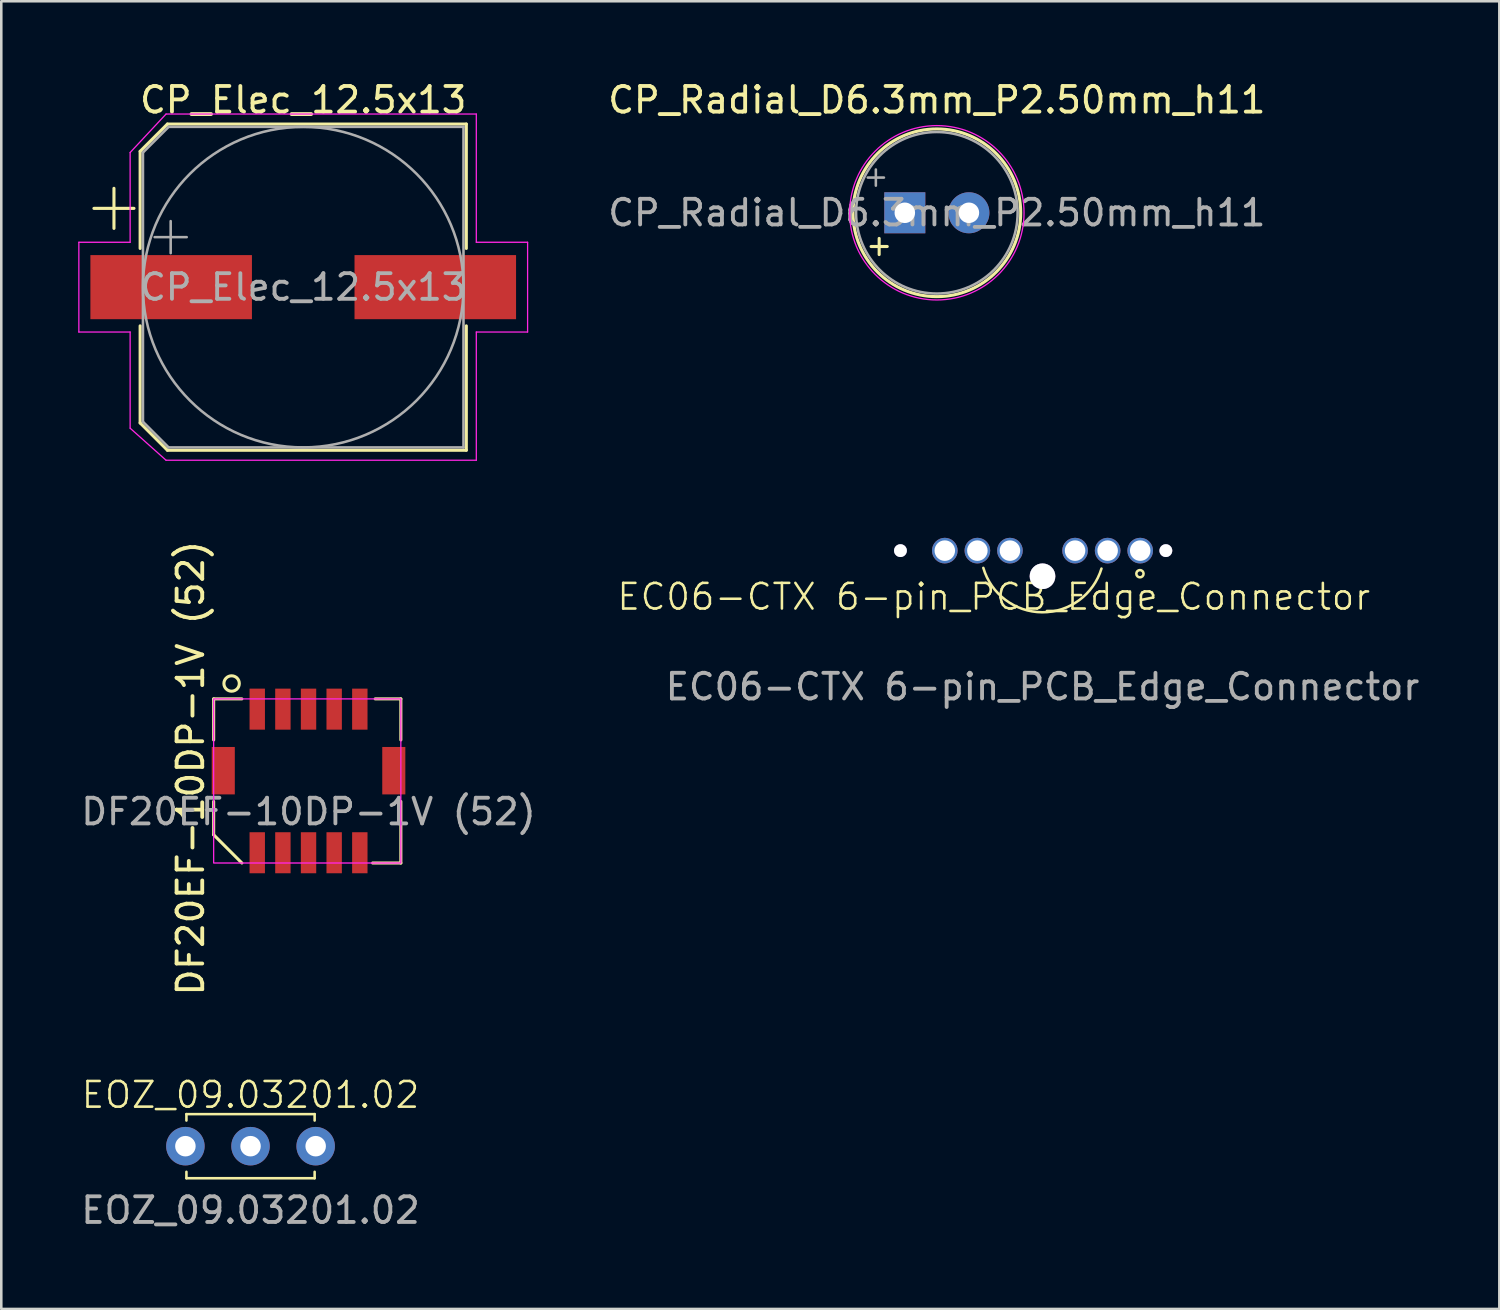
<source format=kicad_pcb>
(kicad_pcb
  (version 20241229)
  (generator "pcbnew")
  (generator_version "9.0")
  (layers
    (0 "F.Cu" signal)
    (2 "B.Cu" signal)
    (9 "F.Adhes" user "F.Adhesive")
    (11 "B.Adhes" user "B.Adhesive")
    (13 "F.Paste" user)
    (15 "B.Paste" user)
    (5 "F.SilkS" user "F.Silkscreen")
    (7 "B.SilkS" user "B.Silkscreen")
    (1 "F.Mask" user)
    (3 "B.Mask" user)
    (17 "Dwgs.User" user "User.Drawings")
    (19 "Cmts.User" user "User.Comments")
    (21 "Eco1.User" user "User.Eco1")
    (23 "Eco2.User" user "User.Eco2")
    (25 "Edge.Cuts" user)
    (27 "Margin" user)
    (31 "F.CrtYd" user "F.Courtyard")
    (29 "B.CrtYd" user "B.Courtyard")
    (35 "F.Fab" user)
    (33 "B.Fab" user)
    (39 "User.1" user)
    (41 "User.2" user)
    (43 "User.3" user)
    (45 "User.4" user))
  (footprint "CP_Radial_D6.3mm_P2.50mm_h11"
    (layer "F.Cu")
    (at 32.235 5.248)
    (property "Reference" "CP_Radial_D6.3mm_P2.50mm_h11" (at 1.25 -4.4 0) (layer "F.SilkS") (effects (font (size 1 1) (thickness 0.15))))
    (attr through_hole)
    (fp_line (start -1.315 1.315) (end -0.685 1.315) (stroke (width 0.12) (type solid)) (layer "F.SilkS"))
    (fp_line (start -1 1) (end -1 1.63) (stroke (width 0.12) (type solid)) (layer "F.SilkS"))
    (fp_circle (center 1.25 0) (end 4.52 0) (stroke (width 0.12) (type solid)) (fill no) (layer "F.SilkS"))
    (fp_circle (center 1.25 0) (end 4.65 0) (stroke (width 0.05) (type solid)) (fill no) (layer "F.CrtYd"))
    (fp_line (start -1.444 -1.373) (end -0.814 -1.373) (stroke (width 0.1) (type solid)) (layer "F.Fab"))
    (fp_line (start -1.129 -1.688) (end -1.129 -1.058) (stroke (width 0.1) (type solid)) (layer "F.Fab"))
    (fp_circle (center 1.25 0) (end 4.4 0) (stroke (width 0.1) (type solid)) (fill no) (layer "F.Fab"))
    (fp_text user "${REFERENCE}" (at 1.25 0 0) (layer "F.Fab") (effects (font (size 1 1) (thickness 0.15))))
    (pad "1" thru_hole rect (at 0 0) (size 1.6 1.6) (drill 0.8) (layers "*.Cu" "*.Mask"))
    (pad "2" thru_hole circle (at 2.5 0) (size 1.6 1.6) (drill 0.8) (layers "*.Cu" "*.Mask")))
  (footprint "DF20EF-10DP-1V (52)"
    (layer "F.Cu")
    (at 6.982 24.605)
    (property "Reference" "DF20EF-10DP-1V (52)" (at -2.6 2.3 90) (unlocked yes) (layer "F.SilkS") (effects (font (size 1 1) (thickness 0.15))))
    (attr smd)
    (fp_line (start -1.7 -0.4) (end -0.6 -0.4) (stroke (width 0.12) (type default)) (layer "F.SilkS"))
    (fp_line (start -1.7 1.2) (end -1.7 -0.4) (stroke (width 0.12) (type default)) (layer "F.SilkS"))
    (fp_line (start -1.7 4.9) (end -1.7 3.6) (stroke (width 0.12) (type default)) (layer "F.SilkS"))
    (fp_line (start -0.6 6) (end -1.7 4.9) (stroke (width 0.12) (type default)) (layer "F.SilkS"))
    (fp_line (start 5.6 -0.4) (end 4.6 -0.4) (stroke (width 0.12) (type default)) (layer "F.SilkS"))
    (fp_line (start 5.6 -0.4) (end 5.6 1.2) (stroke (width 0.12) (type default)) (layer "F.SilkS"))
    (fp_line (start 5.6 3.6) (end 5.6 6) (stroke (width 0.12) (type default)) (layer "F.SilkS"))
    (fp_line (start 5.6 6) (end 4.5 6) (stroke (width 0.12) (type default)) (layer "F.SilkS"))
    (fp_circle (center -1 -1) (end -1.3 -1) (stroke (width 0.12) (type default)) (fill no) (layer "F.SilkS"))
    (fp_rect (start -1.7 -0.4) (end 5.6 6) (stroke (width 0.05) (type default)) (fill no) (layer "F.CrtYd"))
    (fp_text user "${REFERENCE}" (at 2 4 0) (unlocked yes) (layer "F.Fab") (effects (font (size 1 1) (thickness 0.15))))
    (pad "1" smd rect (at 0 0) (size 0.6 1.6) (layers "F.Cu" "F.Mask" "F.Paste"))
    (pad "2" smd rect (at 0 5.6) (size 0.6 1.6) (layers "F.Cu" "F.Mask" "F.Paste"))
    (pad "3" smd rect (at 1 0) (size 0.6 1.6) (layers "F.Cu" "F.Mask" "F.Paste"))
    (pad "4" smd rect (at 1 5.6) (size 0.6 1.6) (layers "F.Cu" "F.Mask" "F.Paste"))
    (pad "5" smd rect (at 2 0) (size 0.6 1.6) (layers "F.Cu" "F.Mask" "F.Paste"))
    (pad "6" smd rect (at 2 5.6) (size 0.6 1.6) (layers "F.Cu" "F.Mask" "F.Paste"))
    (pad "7" smd rect (at 3 0) (size 0.6 1.6) (layers "F.Cu" "F.Mask" "F.Paste"))
    (pad "8" smd rect (at 3 5.6) (size 0.6 1.6) (layers "F.Cu" "F.Mask" "F.Paste"))
    (pad "9" smd rect (at 4 0) (size 0.6 1.6) (layers "F.Cu" "F.Mask" "F.Paste"))
    (pad "10" smd rect (at 4 5.6) (size 0.6 1.6) (layers "F.Cu" "F.Mask" "F.Paste"))
    (pad "MP" smd rect (at -1.325 2.4) (size 0.9 1.85) (layers "F.Cu" "F.Mask" "F.Paste"))
    (pad "MP" smd rect (at 5.325 2.4) (size 0.9 1.85) (layers "F.Cu" "F.Mask" "F.Paste")))
  (footprint "CP_Elec_12.5x13"
    (layer "F.Cu")
    (at 8.775 8.148)
    (property "Reference" "CP_Elec_12.5x13" (at 0 -7.3 0) (layer "F.SilkS") (effects (font (size 1 1) (thickness 0.15))))
    (attr smd)
    (fp_line (start -8.162 -3.072) (end -6.6 -3.072) (stroke (width 0.12) (type solid)) (layer "F.SilkS"))
    (fp_line (start -7.381 -3.854) (end -7.381 -2.291) (stroke (width 0.12) (type solid)) (layer "F.SilkS"))
    (fp_line (start -6.36 -5.296) (end -6.36 -1.51) (stroke (width 0.12) (type solid)) (layer "F.SilkS"))
    (fp_line (start -6.36 -5.296) (end -5.296 -6.36) (stroke (width 0.12) (type solid)) (layer "F.SilkS"))
    (fp_line (start -6.36 5.296) (end -6.36 1.51) (stroke (width 0.12) (type solid)) (layer "F.SilkS"))
    (fp_line (start -6.36 5.296) (end -5.296 6.36) (stroke (width 0.12) (type solid)) (layer "F.SilkS"))
    (fp_line (start -5.296 -6.36) (end 6.36 -6.36) (stroke (width 0.12) (type solid)) (layer "F.SilkS"))
    (fp_line (start -5.296 6.36) (end 6.36 6.36) (stroke (width 0.12) (type solid)) (layer "F.SilkS"))
    (fp_line (start 6.36 -6.36) (end 6.36 -1.51) (stroke (width 0.12) (type solid)) (layer "F.SilkS"))
    (fp_line (start 6.36 6.36) (end 6.36 1.51) (stroke (width 0.12) (type solid)) (layer "F.SilkS"))
    (fp_line (start -8.75 -1.75) (end -8.75 1.75) (stroke (width 0.05) (type solid)) (layer "F.CrtYd"))
    (fp_line (start -8.75 1.75) (end -6.75 1.75) (stroke (width 0.05) (type solid)) (layer "F.CrtYd"))
    (fp_line (start -6.75 -5.25) (end -6.75 -1.75) (stroke (width 0.05) (type solid)) (layer "F.CrtYd"))
    (fp_line (start -6.75 -5.25) (end -5.35 -6.75) (stroke (width 0.05) (type solid)) (layer "F.CrtYd"))
    (fp_line (start -6.75 -1.75) (end -8.75 -1.75) (stroke (width 0.05) (type solid)) (layer "F.CrtYd"))
    (fp_line (start -6.75 1.75) (end -6.75 5.5) (stroke (width 0.05) (type solid)) (layer "F.CrtYd"))
    (fp_line (start -6.75 5.5) (end -5.35 6.75) (stroke (width 0.05) (type solid)) (layer "F.CrtYd"))
    (fp_line (start -5.35 -6.75) (end 6.75 -6.75) (stroke (width 0.05) (type solid)) (layer "F.CrtYd"))
    (fp_line (start -5.35 6.75) (end 6.75 6.75) (stroke (width 0.05) (type solid)) (layer "F.CrtYd"))
    (fp_line (start 6.75 -6.75) (end 6.75 -1.75) (stroke (width 0.05) (type solid)) (layer "F.CrtYd"))
    (fp_line (start 6.75 -1.75) (end 8.75 -1.75) (stroke (width 0.05) (type solid)) (layer "F.CrtYd"))
    (fp_line (start 6.75 1.75) (end 6.75 6.75) (stroke (width 0.05) (type solid)) (layer "F.CrtYd"))
    (fp_line (start 8.75 -1.75) (end 8.75 1.75) (stroke (width 0.05) (type solid)) (layer "F.CrtYd"))
    (fp_line (start 8.75 1.75) (end 6.75 1.75) (stroke (width 0.05) (type solid)) (layer "F.CrtYd"))
    (fp_line (start -6.25 -5.25) (end -6.25 5.25) (stroke (width 0.1) (type solid)) (layer "F.Fab"))
    (fp_line (start -6.25 -5.25) (end -5.25 -6.25) (stroke (width 0.1) (type solid)) (layer "F.Fab"))
    (fp_line (start -6.25 5.25) (end -5.25 6.25) (stroke (width 0.1) (type solid)) (layer "F.Fab"))
    (fp_line (start -5.794 -1.95) (end -4.544 -1.95) (stroke (width 0.1) (type solid)) (layer "F.Fab"))
    (fp_line (start -5.25 -6.25) (end 6.25 -6.25) (stroke (width 0.1) (type solid)) (layer "F.Fab"))
    (fp_line (start -5.25 6.25) (end 6.25 6.25) (stroke (width 0.1) (type solid)) (layer "F.Fab"))
    (fp_line (start -5.169 -2.575) (end -5.169 -1.325) (stroke (width 0.1) (type solid)) (layer "F.Fab"))
    (fp_line (start 6.25 -6.25) (end 6.25 6.25) (stroke (width 0.1) (type solid)) (layer "F.Fab"))
    (fp_circle (center 0 0) (end 6.25 0) (stroke (width 0.1) (type solid)) (fill no) (layer "F.Fab"))
    (fp_text user "${REFERENCE}" (at 0 0 0) (layer "F.Fab") (effects (font (size 1 1) (thickness 0.15))))
    (pad "1" smd rect (at -5.15 0) (size 6.3 2.5) (layers "F.Cu" "F.Mask" "F.Paste"))
    (pad "2" smd rect (at 5.15 0) (size 6.3 2.5) (layers "F.Cu" "F.Mask" "F.Paste")))
  (footprint "EOZ_09.03201.02"
    (layer "F.Cu")
    (at 6.72 41.648)
    (property "Reference" "EOZ_09.03201.02" (at 0 -2 0) (unlocked yes) (layer "F.SilkS") (effects (font (size 1 1) (thickness 0.1))))
    (attr through_hole)
    (fp_line (start -2.5 -1.25) (end -2.5 -1) (stroke (width 0.1) (type default)) (layer "F.SilkS"))
    (fp_line (start -2.5 1.25) (end -2.5 1) (stroke (width 0.1) (type default)) (layer "F.SilkS"))
    (fp_line (start 2.5 -1.25) (end -2.5 -1.25) (stroke (width 0.1) (type default)) (layer "F.SilkS"))
    (fp_line (start 2.5 -1) (end 2.5 -1.25) (stroke (width 0.1) (type default)) (layer "F.SilkS"))
    (fp_line (start 2.5 1) (end 2.5 1.25) (stroke (width 0.1) (type default)) (layer "F.SilkS"))
    (fp_line (start 2.5 1.25) (end -2.5 1.25) (stroke (width 0.1) (type default)) (layer "F.SilkS"))
    (fp_text user "${REFERENCE}" (at 0 2.5 0) (unlocked yes) (layer "F.Fab") (effects (font (size 1 1) (thickness 0.15))))
    (pad "1" thru_hole circle (at 0 0) (size 1.5 1.5) (drill 0.8) (layers "*.Cu" "*.Mask"))
    (pad "2" thru_hole circle (at 2.54 0) (size 1.5 1.5) (drill 0.8) (layers "*.Cu" "*.Mask"))
    (pad "3" thru_hole circle (at -2.54 0) (size 1.5 1.5) (drill 0.8) (layers "*.Cu" "*.Mask")))
  (footprint "EC06-CTX 6-pin_PCB_Edge_Connector"
    (layer "F.Cu")
    (at 37.605 18.423)
    (property "Reference" "EC06-CTX 6-pin_PCB_Edge_Connector" (at -1.9 1.8 0) (unlocked yes) (layer "F.SilkS") (effects (font (size 1 1) (thickness 0.1))))
    (fp_arc (start 2.3 0.7) (mid -0.014002 2.404122) (end -2.307997 0.673163) (stroke (width 0.1) (type default)) (layer "F.SilkS"))
    (fp_circle (center 3.8 0.9) (end 3.7 0.8) (stroke (width 0.1) (type default)) (fill no) (layer "F.SilkS"))
    (fp_text user "${REFERENCE}" (at 0 5.31 0) (unlocked yes) (layer "F.Fab") (effects (font (size 1 1) (thickness 0.15))))
    (pad "" thru_hole circle (at -5.54 0) (size 0.5 0.5) (drill 0.64) (layers "*.Cu" "*.Mask"))
    (pad "" thru_hole circle (at 0 1) (size 1 1) (drill 1.1) (layers "*.Cu" "*.Mask"))
    (pad "" thru_hole circle (at 4.81 0) (size 0.5 0.5) (drill 0.64) (layers "*.Cu" "*.Mask"))
    (pad "1" thru_hole circle (at 3.81 0) (size 1 1) (drill 0.8) (layers "*.Cu" "*.Mask"))
    (pad "2" thru_hole circle (at 2.54 0) (size 1 1) (drill 0.8) (layers "*.Cu" "*.Mask"))
    (pad "3" thru_hole circle (at 1.27 0) (size 1 1) (drill 0.8) (layers "*.Cu" "*.Mask"))
    (pad "4" thru_hole circle (at -1.27 0) (size 1 1) (drill 0.8) (layers "*.Cu" "*.Mask"))
    (pad "5" thru_hole circle (at -2.54 0) (size 1 1) (drill 0.8) (layers "*.Cu" "*.Mask"))
    (pad "6" thru_hole circle (at -3.81 0) (size 1 1) (drill 0.8) (layers "*.Cu" "*.Mask")))
  (gr_rect
    (start -3 -3)
    (end 55.42 47.996)
    (stroke (width 0.1) (type default))
    (fill no)
    (layer "Edge.Cuts")))
</source>
